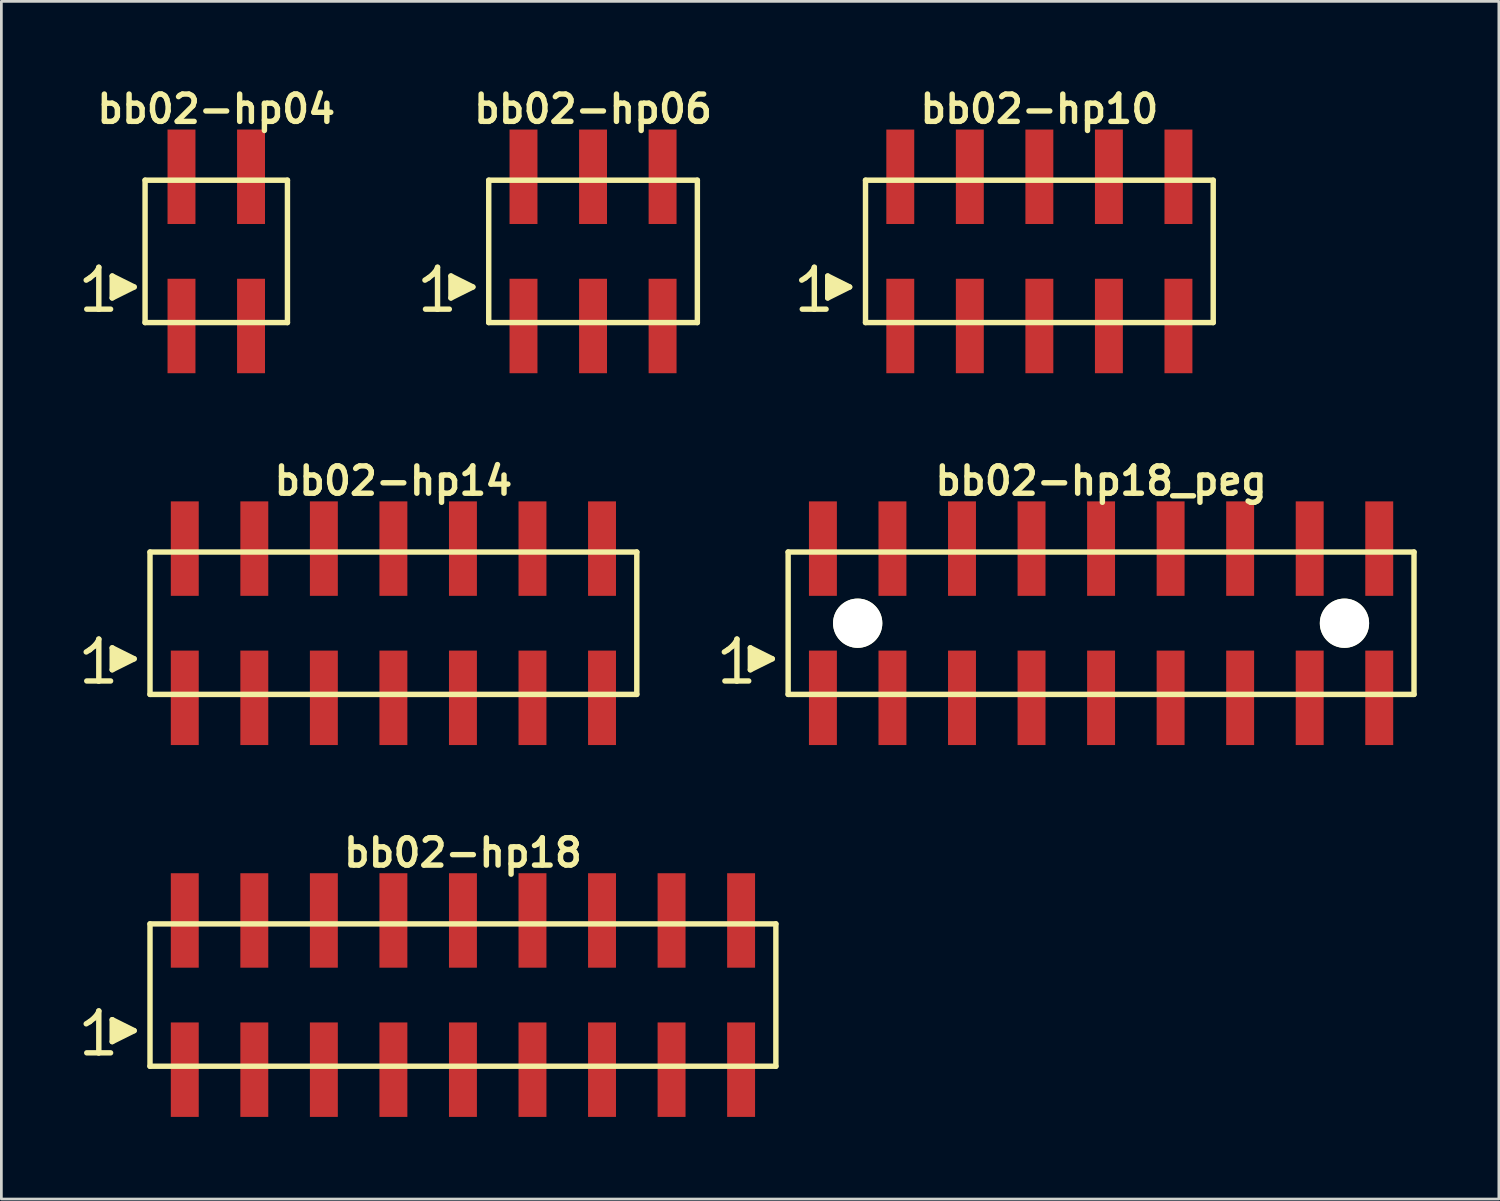
<source format=kicad_pcb>
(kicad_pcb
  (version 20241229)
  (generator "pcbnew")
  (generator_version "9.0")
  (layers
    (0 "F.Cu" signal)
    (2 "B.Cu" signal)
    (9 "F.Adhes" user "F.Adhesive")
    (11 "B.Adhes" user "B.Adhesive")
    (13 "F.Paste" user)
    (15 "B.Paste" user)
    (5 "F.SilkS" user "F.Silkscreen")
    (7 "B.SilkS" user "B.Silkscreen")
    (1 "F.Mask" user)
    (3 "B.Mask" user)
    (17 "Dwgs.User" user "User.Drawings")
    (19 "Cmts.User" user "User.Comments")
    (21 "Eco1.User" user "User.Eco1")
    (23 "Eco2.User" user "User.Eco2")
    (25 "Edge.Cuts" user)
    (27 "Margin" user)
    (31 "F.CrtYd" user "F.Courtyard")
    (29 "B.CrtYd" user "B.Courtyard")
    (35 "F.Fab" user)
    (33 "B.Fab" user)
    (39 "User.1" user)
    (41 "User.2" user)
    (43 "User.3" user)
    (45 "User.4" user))
  (footprint "bb02-hp18"
    (layer "F.Cu")
    (at 13.859 33.295)
    (property "Reference" "bb02-hp18" (at 0 -5.2 0) (layer "F.SilkS") (effects (font (size 0.998 0.998) (thickness 0.198))))
    (attr through_hole)
    (fp_line (start -13.76 1.05) (end -13.63 0.97) (stroke (width 0.198) (type solid)) (layer "F.SilkS"))
    (fp_line (start -13.63 0.97) (end -13.47 0.84) (stroke (width 0.198) (type solid)) (layer "F.SilkS"))
    (fp_line (start -13.47 0.84) (end -13.33 0.67) (stroke (width 0.198) (type solid)) (layer "F.SilkS"))
    (fp_line (start -13.33 0.67) (end -13.3 0.58) (stroke (width 0.198) (type solid)) (layer "F.SilkS"))
    (fp_line (start -13.3 0.58) (end -13.3 2.11) (stroke (width 0.198) (type solid)) (layer "F.SilkS"))
    (fp_line (start -13.3 2.11) (end -13.74 2.11) (stroke (width 0.198) (type solid)) (layer "F.SilkS"))
    (fp_line (start -12.87 2.11) (end -13.31 2.11) (stroke (width 0.198) (type solid)) (layer "F.SilkS"))
    (fp_line (start -12.81 0.9) (end -12.01 1.3) (stroke (width 0.198) (type solid)) (layer "F.SilkS"))
    (fp_line (start -12.81 1.7) (end -12.81 0.9) (stroke (width 0.198) (type solid)) (layer "F.SilkS"))
    (fp_line (start -12.71 1.6) (end -12.71 1) (stroke (width 0.198) (type solid)) (layer "F.SilkS"))
    (fp_line (start -12.61 1.1) (end -12.61 1.5) (stroke (width 0.198) (type solid)) (layer "F.SilkS"))
    (fp_line (start -12.51 1.5) (end -12.51 1.1) (stroke (width 0.198) (type solid)) (layer "F.SilkS"))
    (fp_line (start -12.41 1.2) (end -12.41 1.4) (stroke (width 0.198) (type solid)) (layer "F.SilkS"))
    (fp_line (start -12.31 1.4) (end -12.31 1.2) (stroke (width 0.198) (type solid)) (layer "F.SilkS"))
    (fp_line (start -12.01 1.3) (end -12.81 1.7) (stroke (width 0.198) (type solid)) (layer "F.SilkS"))
    (fp_line (start -11.43 -2.6) (end -11.43 2.6) (stroke (width 0.198) (type solid)) (layer "F.SilkS"))
    (fp_line (start -11.43 -2.6) (end 11.43 -2.6) (stroke (width 0.198) (type solid)) (layer "F.SilkS"))
    (fp_line (start 11.43 2.6) (end -11.43 2.6) (stroke (width 0.198) (type solid)) (layer "F.SilkS"))
    (fp_line (start 11.43 2.6) (end 11.43 -2.6) (stroke (width 0.198) (type solid)) (layer "F.SilkS"))
    (pad "1" smd rect (at -10.16 2.725) (size 1.02 3.45) (layers "F.Cu" "F.Mask" "F.Paste"))
    (pad "2" smd rect (at -10.16 -2.725) (size 1.02 3.45) (layers "F.Cu" "F.Mask" "F.Paste"))
    (pad "3" smd rect (at -7.62 2.725) (size 1.02 3.45) (layers "F.Cu" "F.Mask" "F.Paste"))
    (pad "4" smd rect (at -7.62 -2.725) (size 1.02 3.45) (layers "F.Cu" "F.Mask" "F.Paste"))
    (pad "5" smd rect (at -5.08 2.725) (size 1.02 3.45) (layers "F.Cu" "F.Mask" "F.Paste"))
    (pad "6" smd rect (at -5.08 -2.725) (size 1.02 3.45) (layers "F.Cu" "F.Mask" "F.Paste"))
    (pad "7" smd rect (at -2.54 2.725) (size 1.02 3.45) (layers "F.Cu" "F.Mask" "F.Paste"))
    (pad "8" smd rect (at -2.54 -2.725) (size 1.02 3.45) (layers "F.Cu" "F.Mask" "F.Paste"))
    (pad "9" smd rect (at 0 2.725) (size 1.02 3.45) (layers "F.Cu" "F.Mask" "F.Paste"))
    (pad "10" smd rect (at 0 -2.725) (size 1.02 3.45) (layers "F.Cu" "F.Mask" "F.Paste"))
    (pad "11" smd rect (at 2.54 2.725) (size 1.02 3.45) (layers "F.Cu" "F.Mask" "F.Paste"))
    (pad "12" smd rect (at 2.54 -2.725) (size 1.02 3.45) (layers "F.Cu" "F.Mask" "F.Paste"))
    (pad "13" smd rect (at 5.08 2.725) (size 1.02 3.45) (layers "F.Cu" "F.Mask" "F.Paste"))
    (pad "14" smd rect (at 5.08 -2.725) (size 1.02 3.45) (layers "F.Cu" "F.Mask" "F.Paste"))
    (pad "15" smd rect (at 7.62 2.725) (size 1.02 3.45) (layers "F.Cu" "F.Mask" "F.Paste"))
    (pad "16" smd rect (at 7.62 -2.725) (size 1.02 3.45) (layers "F.Cu" "F.Mask" "F.Paste"))
    (pad "17" smd rect (at 10.16 2.725) (size 1.02 3.45) (layers "F.Cu" "F.Mask" "F.Paste"))
    (pad "18" smd rect (at 10.16 -2.725) (size 1.02 3.45) (layers "F.Cu" "F.Mask" "F.Paste")))
  (footprint "bb02-hp14"
    (layer "F.Cu")
    (at 11.319 19.713)
    (property "Reference" "bb02-hp14" (at 0 -5.2 0) (layer "F.SilkS") (effects (font (size 0.998 0.998) (thickness 0.198))))
    (attr through_hole)
    (fp_line (start -11.22 1.05) (end -11.09 0.97) (stroke (width 0.198) (type solid)) (layer "F.SilkS"))
    (fp_line (start -11.09 0.97) (end -10.93 0.84) (stroke (width 0.198) (type solid)) (layer "F.SilkS"))
    (fp_line (start -10.93 0.84) (end -10.79 0.67) (stroke (width 0.198) (type solid)) (layer "F.SilkS"))
    (fp_line (start -10.79 0.67) (end -10.76 0.58) (stroke (width 0.198) (type solid)) (layer "F.SilkS"))
    (fp_line (start -10.76 0.58) (end -10.76 2.11) (stroke (width 0.198) (type solid)) (layer "F.SilkS"))
    (fp_line (start -10.76 2.11) (end -11.2 2.11) (stroke (width 0.198) (type solid)) (layer "F.SilkS"))
    (fp_line (start -10.33 2.11) (end -10.77 2.11) (stroke (width 0.198) (type solid)) (layer "F.SilkS"))
    (fp_line (start -10.27 0.9) (end -9.47 1.3) (stroke (width 0.198) (type solid)) (layer "F.SilkS"))
    (fp_line (start -10.27 1.7) (end -10.27 0.9) (stroke (width 0.198) (type solid)) (layer "F.SilkS"))
    (fp_line (start -10.17 1.6) (end -10.17 1) (stroke (width 0.198) (type solid)) (layer "F.SilkS"))
    (fp_line (start -10.07 1.1) (end -10.07 1.5) (stroke (width 0.198) (type solid)) (layer "F.SilkS"))
    (fp_line (start -9.97 1.5) (end -9.97 1.1) (stroke (width 0.198) (type solid)) (layer "F.SilkS"))
    (fp_line (start -9.87 1.2) (end -9.87 1.4) (stroke (width 0.198) (type solid)) (layer "F.SilkS"))
    (fp_line (start -9.77 1.4) (end -9.77 1.2) (stroke (width 0.198) (type solid)) (layer "F.SilkS"))
    (fp_line (start -9.47 1.3) (end -10.27 1.7) (stroke (width 0.198) (type solid)) (layer "F.SilkS"))
    (fp_line (start -8.89 -2.6) (end -8.89 2.6) (stroke (width 0.198) (type solid)) (layer "F.SilkS"))
    (fp_line (start -8.89 -2.6) (end 8.89 -2.6) (stroke (width 0.198) (type solid)) (layer "F.SilkS"))
    (fp_line (start 8.89 2.6) (end -8.89 2.6) (stroke (width 0.198) (type solid)) (layer "F.SilkS"))
    (fp_line (start 8.89 2.6) (end 8.89 -2.6) (stroke (width 0.198) (type solid)) (layer "F.SilkS"))
    (pad "1" smd rect (at -7.62 2.725) (size 1.02 3.45) (layers "F.Cu" "F.Mask" "F.Paste"))
    (pad "2" smd rect (at -7.62 -2.725) (size 1.02 3.45) (layers "F.Cu" "F.Mask" "F.Paste"))
    (pad "3" smd rect (at -5.08 2.725) (size 1.02 3.45) (layers "F.Cu" "F.Mask" "F.Paste"))
    (pad "4" smd rect (at -5.08 -2.725) (size 1.02 3.45) (layers "F.Cu" "F.Mask" "F.Paste"))
    (pad "5" smd rect (at -2.54 2.725) (size 1.02 3.45) (layers "F.Cu" "F.Mask" "F.Paste"))
    (pad "6" smd rect (at -2.54 -2.725) (size 1.02 3.45) (layers "F.Cu" "F.Mask" "F.Paste"))
    (pad "7" smd rect (at 0 2.725) (size 1.02 3.45) (layers "F.Cu" "F.Mask" "F.Paste"))
    (pad "8" smd rect (at 0 -2.725) (size 1.02 3.45) (layers "F.Cu" "F.Mask" "F.Paste"))
    (pad "9" smd rect (at 2.54 2.725) (size 1.02 3.45) (layers "F.Cu" "F.Mask" "F.Paste"))
    (pad "10" smd rect (at 2.54 -2.725) (size 1.02 3.45) (layers "F.Cu" "F.Mask" "F.Paste"))
    (pad "11" smd rect (at 5.08 2.725) (size 1.02 3.45) (layers "F.Cu" "F.Mask" "F.Paste"))
    (pad "12" smd rect (at 5.08 -2.725) (size 1.02 3.45) (layers "F.Cu" "F.Mask" "F.Paste"))
    (pad "13" smd rect (at 7.62 2.725) (size 1.02 3.45) (layers "F.Cu" "F.Mask" "F.Paste"))
    (pad "14" smd rect (at 7.62 -2.725) (size 1.02 3.45) (layers "F.Cu" "F.Mask" "F.Paste")))
  (footprint "bb02-hp04"
    (layer "F.Cu")
    (at 4.849 6.132)
    (property "Reference" "bb02-hp04" (at 0 -5.2 0) (layer "F.SilkS") (effects (font (size 0.998 0.998) (thickness 0.198))))
    (attr through_hole)
    (fp_line (start -4.75 1.05) (end -4.62 0.97) (stroke (width 0.198) (type solid)) (layer "F.SilkS"))
    (fp_line (start -4.62 0.97) (end -4.46 0.84) (stroke (width 0.198) (type solid)) (layer "F.SilkS"))
    (fp_line (start -4.46 0.84) (end -4.32 0.67) (stroke (width 0.198) (type solid)) (layer "F.SilkS"))
    (fp_line (start -4.32 0.67) (end -4.29 0.58) (stroke (width 0.198) (type solid)) (layer "F.SilkS"))
    (fp_line (start -4.29 0.58) (end -4.29 2.11) (stroke (width 0.198) (type solid)) (layer "F.SilkS"))
    (fp_line (start -4.29 2.11) (end -4.73 2.11) (stroke (width 0.198) (type solid)) (layer "F.SilkS"))
    (fp_line (start -3.86 2.11) (end -4.3 2.11) (stroke (width 0.198) (type solid)) (layer "F.SilkS"))
    (fp_line (start -3.8 0.9) (end -3 1.3) (stroke (width 0.198) (type solid)) (layer "F.SilkS"))
    (fp_line (start -3.8 1.7) (end -3.8 0.9) (stroke (width 0.198) (type solid)) (layer "F.SilkS"))
    (fp_line (start -3.7 1.6) (end -3.7 1) (stroke (width 0.198) (type solid)) (layer "F.SilkS"))
    (fp_line (start -3.6 1.1) (end -3.6 1.5) (stroke (width 0.198) (type solid)) (layer "F.SilkS"))
    (fp_line (start -3.5 1.5) (end -3.5 1.1) (stroke (width 0.198) (type solid)) (layer "F.SilkS"))
    (fp_line (start -3.4 1.2) (end -3.4 1.4) (stroke (width 0.198) (type solid)) (layer "F.SilkS"))
    (fp_line (start -3.3 1.4) (end -3.3 1.2) (stroke (width 0.198) (type solid)) (layer "F.SilkS"))
    (fp_line (start -3 1.3) (end -3.8 1.7) (stroke (width 0.198) (type solid)) (layer "F.SilkS"))
    (fp_line (start -2.6 -2.6) (end 2.6 -2.6) (stroke (width 0.198) (type solid)) (layer "F.SilkS"))
    (fp_line (start -2.6 2.6) (end -2.6 -2.6) (stroke (width 0.198) (type solid)) (layer "F.SilkS"))
    (fp_line (start 2.6 -2.6) (end 2.6 2.6) (stroke (width 0.198) (type solid)) (layer "F.SilkS"))
    (fp_line (start 2.6 2.6) (end -2.6 2.6) (stroke (width 0.198) (type solid)) (layer "F.SilkS"))
    (pad "1" smd rect (at -1.27 2.725) (size 1.02 3.45) (layers "F.Cu" "F.Mask" "F.Paste"))
    (pad "2" smd rect (at -1.27 -2.725) (size 1.02 3.45) (layers "F.Cu" "F.Mask" "F.Paste"))
    (pad "3" smd rect (at 1.27 2.725) (size 1.02 3.45) (layers "F.Cu" "F.Mask" "F.Paste"))
    (pad "4" smd rect (at 1.27 -2.725) (size 1.02 3.45) (layers "F.Cu" "F.Mask" "F.Paste")))
  (footprint "bb02-hp18_peg"
    (layer "F.Cu")
    (at 37.167 19.713)
    (property "Reference" "bb02-hp18_peg" (at 0 -5.2 0) (layer "F.SilkS") (effects (font (size 0.998 0.998) (thickness 0.198))))
    (attr through_hole)
    (fp_line (start -13.76 1.05) (end -13.63 0.97) (stroke (width 0.198) (type solid)) (layer "F.SilkS"))
    (fp_line (start -13.63 0.97) (end -13.47 0.84) (stroke (width 0.198) (type solid)) (layer "F.SilkS"))
    (fp_line (start -13.47 0.84) (end -13.33 0.67) (stroke (width 0.198) (type solid)) (layer "F.SilkS"))
    (fp_line (start -13.33 0.67) (end -13.3 0.58) (stroke (width 0.198) (type solid)) (layer "F.SilkS"))
    (fp_line (start -13.3 0.58) (end -13.3 2.11) (stroke (width 0.198) (type solid)) (layer "F.SilkS"))
    (fp_line (start -13.3 2.11) (end -13.74 2.11) (stroke (width 0.198) (type solid)) (layer "F.SilkS"))
    (fp_line (start -12.87 2.11) (end -13.31 2.11) (stroke (width 0.198) (type solid)) (layer "F.SilkS"))
    (fp_line (start -12.81 0.9) (end -12.01 1.3) (stroke (width 0.198) (type solid)) (layer "F.SilkS"))
    (fp_line (start -12.81 1.7) (end -12.81 0.9) (stroke (width 0.198) (type solid)) (layer "F.SilkS"))
    (fp_line (start -12.71 1.6) (end -12.71 1) (stroke (width 0.198) (type solid)) (layer "F.SilkS"))
    (fp_line (start -12.61 1.1) (end -12.61 1.5) (stroke (width 0.198) (type solid)) (layer "F.SilkS"))
    (fp_line (start -12.51 1.5) (end -12.51 1.1) (stroke (width 0.198) (type solid)) (layer "F.SilkS"))
    (fp_line (start -12.41 1.2) (end -12.41 1.4) (stroke (width 0.198) (type solid)) (layer "F.SilkS"))
    (fp_line (start -12.31 1.4) (end -12.31 1.2) (stroke (width 0.198) (type solid)) (layer "F.SilkS"))
    (fp_line (start -12.01 1.3) (end -12.81 1.7) (stroke (width 0.198) (type solid)) (layer "F.SilkS"))
    (fp_line (start -11.43 -2.6) (end -11.43 2.6) (stroke (width 0.198) (type solid)) (layer "F.SilkS"))
    (fp_line (start -11.43 -2.6) (end 11.43 -2.6) (stroke (width 0.198) (type solid)) (layer "F.SilkS"))
    (fp_line (start 11.43 2.6) (end -11.43 2.6) (stroke (width 0.198) (type solid)) (layer "F.SilkS"))
    (fp_line (start 11.43 2.6) (end 11.43 -2.6) (stroke (width 0.198) (type solid)) (layer "F.SilkS"))
    (pad "" np_thru_hole circle (at -8.89 0) (size 1.8 1.8) (drill 1.8) (layers "*.Cu" "*.Mask" "F.SilkS"))
    (pad "" np_thru_hole circle (at 8.89 0) (size 1.8 1.8) (drill 1.8) (layers "*.Cu" "*.Mask" "F.SilkS"))
    (pad "1" smd rect (at -10.16 2.725) (size 1.02 3.45) (layers "F.Cu" "F.Mask" "F.Paste"))
    (pad "2" smd rect (at -10.16 -2.725) (size 1.02 3.45) (layers "F.Cu" "F.Mask" "F.Paste"))
    (pad "3" smd rect (at -7.62 2.725) (size 1.02 3.45) (layers "F.Cu" "F.Mask" "F.Paste"))
    (pad "4" smd rect (at -7.62 -2.725) (size 1.02 3.45) (layers "F.Cu" "F.Mask" "F.Paste"))
    (pad "5" smd rect (at -5.08 2.725) (size 1.02 3.45) (layers "F.Cu" "F.Mask" "F.Paste"))
    (pad "6" smd rect (at -5.08 -2.725) (size 1.02 3.45) (layers "F.Cu" "F.Mask" "F.Paste"))
    (pad "7" smd rect (at -2.54 2.725) (size 1.02 3.45) (layers "F.Cu" "F.Mask" "F.Paste"))
    (pad "8" smd rect (at -2.54 -2.725) (size 1.02 3.45) (layers "F.Cu" "F.Mask" "F.Paste"))
    (pad "9" smd rect (at 0 2.725) (size 1.02 3.45) (layers "F.Cu" "F.Mask" "F.Paste"))
    (pad "10" smd rect (at 0 -2.725) (size 1.02 3.45) (layers "F.Cu" "F.Mask" "F.Paste"))
    (pad "11" smd rect (at 2.54 2.725) (size 1.02 3.45) (layers "F.Cu" "F.Mask" "F.Paste"))
    (pad "12" smd rect (at 2.54 -2.725) (size 1.02 3.45) (layers "F.Cu" "F.Mask" "F.Paste"))
    (pad "13" smd rect (at 5.08 2.725) (size 1.02 3.45) (layers "F.Cu" "F.Mask" "F.Paste"))
    (pad "14" smd rect (at 5.08 -2.725) (size 1.02 3.45) (layers "F.Cu" "F.Mask" "F.Paste"))
    (pad "15" smd rect (at 7.62 2.725) (size 1.02 3.45) (layers "F.Cu" "F.Mask" "F.Paste"))
    (pad "16" smd rect (at 7.62 -2.725) (size 1.02 3.45) (layers "F.Cu" "F.Mask" "F.Paste"))
    (pad "17" smd rect (at 10.16 2.725) (size 1.02 3.45) (layers "F.Cu" "F.Mask" "F.Paste"))
    (pad "18" smd rect (at 10.16 -2.725) (size 1.02 3.45) (layers "F.Cu" "F.Mask" "F.Paste")))
  (footprint "bb02-hp06"
    (layer "F.Cu")
    (at 18.611 6.132)
    (property "Reference" "bb02-hp06" (at 0 -5.2 0) (layer "F.SilkS") (effects (font (size 0.998 0.998) (thickness 0.198))))
    (attr through_hole)
    (fp_line (start -6.14 1.05) (end -6.01 0.97) (stroke (width 0.198) (type solid)) (layer "F.SilkS"))
    (fp_line (start -6.01 0.97) (end -5.85 0.84) (stroke (width 0.198) (type solid)) (layer "F.SilkS"))
    (fp_line (start -5.85 0.84) (end -5.71 0.67) (stroke (width 0.198) (type solid)) (layer "F.SilkS"))
    (fp_line (start -5.71 0.67) (end -5.68 0.58) (stroke (width 0.198) (type solid)) (layer "F.SilkS"))
    (fp_line (start -5.68 0.58) (end -5.68 2.11) (stroke (width 0.198) (type solid)) (layer "F.SilkS"))
    (fp_line (start -5.68 2.11) (end -6.12 2.11) (stroke (width 0.198) (type solid)) (layer "F.SilkS"))
    (fp_line (start -5.25 2.11) (end -5.69 2.11) (stroke (width 0.198) (type solid)) (layer "F.SilkS"))
    (fp_line (start -5.19 0.9) (end -4.39 1.3) (stroke (width 0.198) (type solid)) (layer "F.SilkS"))
    (fp_line (start -5.19 1.7) (end -5.19 0.9) (stroke (width 0.198) (type solid)) (layer "F.SilkS"))
    (fp_line (start -5.09 1.6) (end -5.09 1) (stroke (width 0.198) (type solid)) (layer "F.SilkS"))
    (fp_line (start -4.99 1.1) (end -4.99 1.5) (stroke (width 0.198) (type solid)) (layer "F.SilkS"))
    (fp_line (start -4.89 1.5) (end -4.89 1.1) (stroke (width 0.198) (type solid)) (layer "F.SilkS"))
    (fp_line (start -4.79 1.2) (end -4.79 1.4) (stroke (width 0.198) (type solid)) (layer "F.SilkS"))
    (fp_line (start -4.69 1.4) (end -4.69 1.2) (stroke (width 0.198) (type solid)) (layer "F.SilkS"))
    (fp_line (start -4.39 1.3) (end -5.19 1.7) (stroke (width 0.198) (type solid)) (layer "F.SilkS"))
    (fp_line (start -3.81 -2.6) (end -3.81 2.6) (stroke (width 0.198) (type solid)) (layer "F.SilkS"))
    (fp_line (start -3.81 -2.6) (end 3.81 -2.6) (stroke (width 0.198) (type solid)) (layer "F.SilkS"))
    (fp_line (start 3.81 2.6) (end -3.81 2.6) (stroke (width 0.198) (type solid)) (layer "F.SilkS"))
    (fp_line (start 3.81 2.6) (end 3.81 -2.6) (stroke (width 0.198) (type solid)) (layer "F.SilkS"))
    (pad "1" smd rect (at -2.54 2.725) (size 1.02 3.45) (layers "F.Cu" "F.Mask" "F.Paste"))
    (pad "2" smd rect (at -2.54 -2.725) (size 1.02 3.45) (layers "F.Cu" "F.Mask" "F.Paste"))
    (pad "3" smd rect (at 0 2.725) (size 1.02 3.45) (layers "F.Cu" "F.Mask" "F.Paste"))
    (pad "4" smd rect (at 0 -2.725) (size 1.02 3.45) (layers "F.Cu" "F.Mask" "F.Paste"))
    (pad "5" smd rect (at 2.54 2.725) (size 1.02 3.45) (layers "F.Cu" "F.Mask" "F.Paste"))
    (pad "6" smd rect (at 2.54 -2.725) (size 1.02 3.45) (layers "F.Cu" "F.Mask" "F.Paste")))
  (footprint "bb02-hp10"
    (layer "F.Cu")
    (at 34.913 6.132)
    (property "Reference" "bb02-hp10" (at 0 -5.2 0) (layer "F.SilkS") (effects (font (size 0.998 0.998) (thickness 0.198))))
    (attr through_hole)
    (fp_line (start -8.68 1.05) (end -8.55 0.97) (stroke (width 0.198) (type solid)) (layer "F.SilkS"))
    (fp_line (start -8.55 0.97) (end -8.39 0.84) (stroke (width 0.198) (type solid)) (layer "F.SilkS"))
    (fp_line (start -8.39 0.84) (end -8.25 0.67) (stroke (width 0.198) (type solid)) (layer "F.SilkS"))
    (fp_line (start -8.25 0.67) (end -8.22 0.58) (stroke (width 0.198) (type solid)) (layer "F.SilkS"))
    (fp_line (start -8.22 0.58) (end -8.22 2.11) (stroke (width 0.198) (type solid)) (layer "F.SilkS"))
    (fp_line (start -8.22 2.11) (end -8.66 2.11) (stroke (width 0.198) (type solid)) (layer "F.SilkS"))
    (fp_line (start -7.79 2.11) (end -8.23 2.11) (stroke (width 0.198) (type solid)) (layer "F.SilkS"))
    (fp_line (start -7.73 0.9) (end -6.93 1.3) (stroke (width 0.198) (type solid)) (layer "F.SilkS"))
    (fp_line (start -7.73 1.7) (end -7.73 0.9) (stroke (width 0.198) (type solid)) (layer "F.SilkS"))
    (fp_line (start -7.63 1.6) (end -7.63 1) (stroke (width 0.198) (type solid)) (layer "F.SilkS"))
    (fp_line (start -7.53 1.1) (end -7.53 1.5) (stroke (width 0.198) (type solid)) (layer "F.SilkS"))
    (fp_line (start -7.43 1.5) (end -7.43 1.1) (stroke (width 0.198) (type solid)) (layer "F.SilkS"))
    (fp_line (start -7.33 1.2) (end -7.33 1.4) (stroke (width 0.198) (type solid)) (layer "F.SilkS"))
    (fp_line (start -7.23 1.4) (end -7.23 1.2) (stroke (width 0.198) (type solid)) (layer "F.SilkS"))
    (fp_line (start -6.93 1.3) (end -7.73 1.7) (stroke (width 0.198) (type solid)) (layer "F.SilkS"))
    (fp_line (start -6.35 -2.6) (end -6.35 2.6) (stroke (width 0.198) (type solid)) (layer "F.SilkS"))
    (fp_line (start -6.35 -2.6) (end 6.35 -2.6) (stroke (width 0.198) (type solid)) (layer "F.SilkS"))
    (fp_line (start 6.35 2.6) (end -6.35 2.6) (stroke (width 0.198) (type solid)) (layer "F.SilkS"))
    (fp_line (start 6.35 2.6) (end 6.35 -2.6) (stroke (width 0.198) (type solid)) (layer "F.SilkS"))
    (pad "1" smd rect (at -5.08 2.725) (size 1.02 3.45) (layers "F.Cu" "F.Mask" "F.Paste"))
    (pad "2" smd rect (at -5.08 -2.725) (size 1.02 3.45) (layers "F.Cu" "F.Mask" "F.Paste"))
    (pad "3" smd rect (at -2.54 2.725) (size 1.02 3.45) (layers "F.Cu" "F.Mask" "F.Paste"))
    (pad "4" smd rect (at -2.54 -2.725) (size 1.02 3.45) (layers "F.Cu" "F.Mask" "F.Paste"))
    (pad "5" smd rect (at 0 2.725) (size 1.02 3.45) (layers "F.Cu" "F.Mask" "F.Paste"))
    (pad "6" smd rect (at 0 -2.725) (size 1.02 3.45) (layers "F.Cu" "F.Mask" "F.Paste"))
    (pad "7" smd rect (at 2.54 2.725) (size 1.02 3.45) (layers "F.Cu" "F.Mask" "F.Paste"))
    (pad "8" smd rect (at 2.54 -2.725) (size 1.02 3.45) (layers "F.Cu" "F.Mask" "F.Paste"))
    (pad "9" smd rect (at 5.08 2.725) (size 1.02 3.45) (layers "F.Cu" "F.Mask" "F.Paste"))
    (pad "10" smd rect (at 5.08 -2.725) (size 1.02 3.45) (layers "F.Cu" "F.Mask" "F.Paste")))
  (gr_rect
    (start -3 -3)
    (end 51.696 40.745)
    (stroke (width 0.1) (type default))
    (fill no)
    (layer "Edge.Cuts")))
</source>
